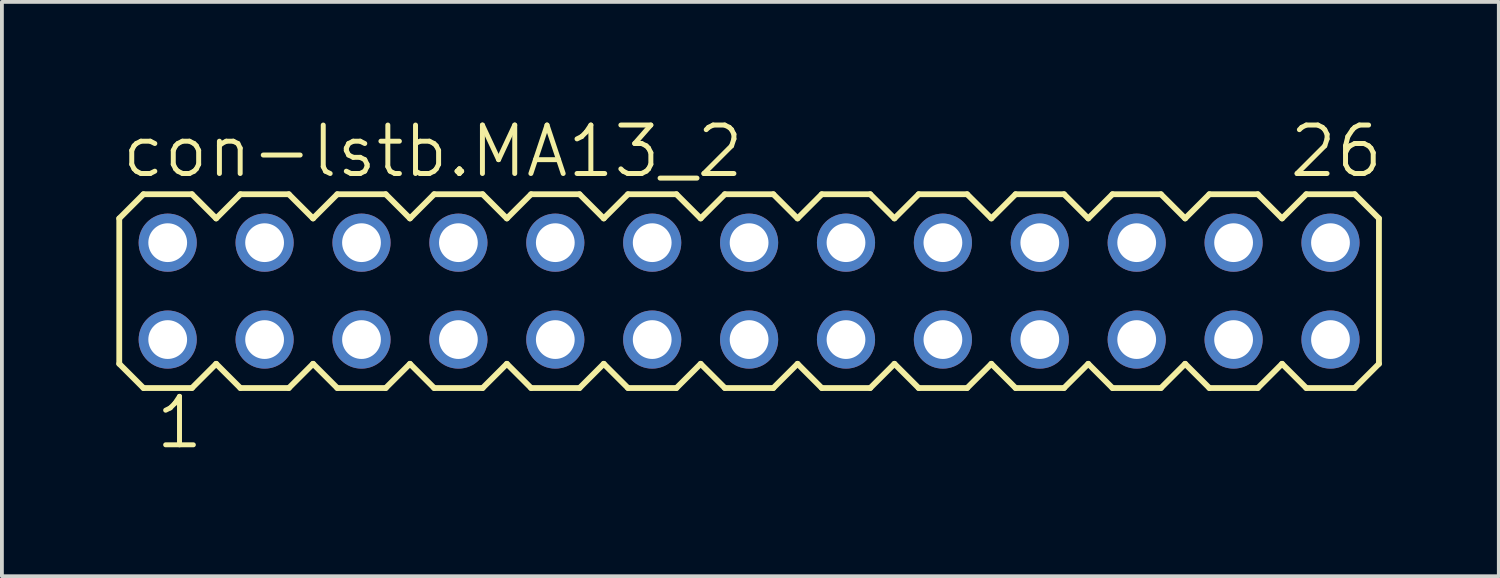
<source format=kicad_pcb>
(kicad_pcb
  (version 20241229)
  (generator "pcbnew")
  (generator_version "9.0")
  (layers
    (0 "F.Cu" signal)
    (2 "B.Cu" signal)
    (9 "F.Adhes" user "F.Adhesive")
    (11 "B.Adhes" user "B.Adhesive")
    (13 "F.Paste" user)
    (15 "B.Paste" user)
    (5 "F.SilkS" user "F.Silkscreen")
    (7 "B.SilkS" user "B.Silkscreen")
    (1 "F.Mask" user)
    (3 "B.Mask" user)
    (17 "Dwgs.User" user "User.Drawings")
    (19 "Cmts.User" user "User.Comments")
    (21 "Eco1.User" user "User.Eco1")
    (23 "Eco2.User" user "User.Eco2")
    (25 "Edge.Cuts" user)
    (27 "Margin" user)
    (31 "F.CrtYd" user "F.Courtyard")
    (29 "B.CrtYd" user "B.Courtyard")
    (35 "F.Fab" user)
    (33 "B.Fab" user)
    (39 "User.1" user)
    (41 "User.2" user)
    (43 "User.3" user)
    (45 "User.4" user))
  (footprint "con-lstb.MA13_2"
    (layer "F.Cu")
    (at 16.586 4.581)
    (property "Reference" "con-lstb.MA13_2" (at -16.51 -2.921 0) (layer "F.SilkS") (effects (font (size 1.27 1.27) (thickness 0.13)) (justify left bottom)))
    (attr through_hole)
    (fp_line (start -16.51 -1.905) (end -16.51 1.905) (stroke (width 0.152) (type default)) (layer "F.SilkS"))
    (fp_line (start -16.51 1.905) (end -15.875 2.54) (stroke (width 0.152) (type default)) (layer "F.SilkS"))
    (fp_line (start -15.875 -2.54) (end -16.51 -1.905) (stroke (width 0.152) (type default)) (layer "F.SilkS"))
    (fp_line (start -15.875 -2.54) (end -14.605 -2.54) (stroke (width 0.152) (type default)) (layer "F.SilkS"))
    (fp_line (start -14.605 -2.54) (end -13.97 -1.905) (stroke (width 0.152) (type default)) (layer "F.SilkS"))
    (fp_line (start -14.605 2.54) (end -15.875 2.54) (stroke (width 0.152) (type default)) (layer "F.SilkS"))
    (fp_line (start -13.97 -1.905) (end -13.335 -2.54) (stroke (width 0.152) (type default)) (layer "F.SilkS"))
    (fp_line (start -13.97 1.905) (end -14.605 2.54) (stroke (width 0.152) (type default)) (layer "F.SilkS"))
    (fp_line (start -13.335 -2.54) (end -12.065 -2.54) (stroke (width 0.152) (type default)) (layer "F.SilkS"))
    (fp_line (start -13.335 2.54) (end -13.97 1.905) (stroke (width 0.152) (type default)) (layer "F.SilkS"))
    (fp_line (start -12.065 -2.54) (end -11.43 -1.905) (stroke (width 0.152) (type default)) (layer "F.SilkS"))
    (fp_line (start -12.065 2.54) (end -13.335 2.54) (stroke (width 0.152) (type default)) (layer "F.SilkS"))
    (fp_line (start -11.43 -1.905) (end -10.795 -2.54) (stroke (width 0.152) (type default)) (layer "F.SilkS"))
    (fp_line (start -11.43 1.905) (end -12.065 2.54) (stroke (width 0.152) (type default)) (layer "F.SilkS"))
    (fp_line (start -10.795 -2.54) (end -9.525 -2.54) (stroke (width 0.152) (type default)) (layer "F.SilkS"))
    (fp_line (start -10.795 2.54) (end -11.43 1.905) (stroke (width 0.152) (type default)) (layer "F.SilkS"))
    (fp_line (start -9.525 -2.54) (end -8.89 -1.905) (stroke (width 0.152) (type default)) (layer "F.SilkS"))
    (fp_line (start -9.525 2.54) (end -10.795 2.54) (stroke (width 0.152) (type default)) (layer "F.SilkS"))
    (fp_line (start -8.89 1.905) (end -9.525 2.54) (stroke (width 0.152) (type default)) (layer "F.SilkS"))
    (fp_line (start -8.89 1.905) (end -8.255 2.54) (stroke (width 0.152) (type default)) (layer "F.SilkS"))
    (fp_line (start -8.255 -2.54) (end -8.89 -1.905) (stroke (width 0.152) (type default)) (layer "F.SilkS"))
    (fp_line (start -8.255 -2.54) (end -6.985 -2.54) (stroke (width 0.152) (type default)) (layer "F.SilkS"))
    (fp_line (start -6.985 -2.54) (end -6.35 -1.905) (stroke (width 0.152) (type default)) (layer "F.SilkS"))
    (fp_line (start -6.985 2.54) (end -8.255 2.54) (stroke (width 0.152) (type default)) (layer "F.SilkS"))
    (fp_line (start -6.35 -1.905) (end -5.715 -2.54) (stroke (width 0.152) (type default)) (layer "F.SilkS"))
    (fp_line (start -6.35 1.905) (end -6.985 2.54) (stroke (width 0.152) (type default)) (layer "F.SilkS"))
    (fp_line (start -5.715 -2.54) (end -4.445 -2.54) (stroke (width 0.152) (type default)) (layer "F.SilkS"))
    (fp_line (start -5.715 2.54) (end -6.35 1.905) (stroke (width 0.152) (type default)) (layer "F.SilkS"))
    (fp_line (start -4.445 -2.54) (end -3.81 -1.905) (stroke (width 0.152) (type default)) (layer "F.SilkS"))
    (fp_line (start -4.445 2.54) (end -5.715 2.54) (stroke (width 0.152) (type default)) (layer "F.SilkS"))
    (fp_line (start -3.81 -1.905) (end -3.175 -2.54) (stroke (width 0.152) (type default)) (layer "F.SilkS"))
    (fp_line (start -3.81 1.905) (end -4.445 2.54) (stroke (width 0.152) (type default)) (layer "F.SilkS"))
    (fp_line (start -3.175 -2.54) (end -1.905 -2.54) (stroke (width 0.152) (type default)) (layer "F.SilkS"))
    (fp_line (start -3.175 2.54) (end -3.81 1.905) (stroke (width 0.152) (type default)) (layer "F.SilkS"))
    (fp_line (start -1.905 -2.54) (end -1.27 -1.905) (stroke (width 0.152) (type default)) (layer "F.SilkS"))
    (fp_line (start -1.905 2.54) (end -3.175 2.54) (stroke (width 0.152) (type default)) (layer "F.SilkS"))
    (fp_line (start -1.27 -1.905) (end -0.635 -2.54) (stroke (width 0.152) (type default)) (layer "F.SilkS"))
    (fp_line (start -1.27 1.905) (end -1.905 2.54) (stroke (width 0.152) (type default)) (layer "F.SilkS"))
    (fp_line (start -0.635 -2.54) (end 0.635 -2.54) (stroke (width 0.152) (type default)) (layer "F.SilkS"))
    (fp_line (start -0.635 2.54) (end -1.27 1.905) (stroke (width 0.152) (type default)) (layer "F.SilkS"))
    (fp_line (start 0.635 -2.54) (end 1.27 -1.905) (stroke (width 0.152) (type default)) (layer "F.SilkS"))
    (fp_line (start 0.635 2.54) (end -0.635 2.54) (stroke (width 0.152) (type default)) (layer "F.SilkS"))
    (fp_line (start 1.27 1.905) (end 0.635 2.54) (stroke (width 0.152) (type default)) (layer "F.SilkS"))
    (fp_line (start 1.27 1.905) (end 1.905 2.54) (stroke (width 0.152) (type default)) (layer "F.SilkS"))
    (fp_line (start 1.905 -2.54) (end 1.27 -1.905) (stroke (width 0.152) (type default)) (layer "F.SilkS"))
    (fp_line (start 1.905 -2.54) (end 3.175 -2.54) (stroke (width 0.152) (type default)) (layer "F.SilkS"))
    (fp_line (start 3.175 -2.54) (end 3.81 -1.905) (stroke (width 0.152) (type default)) (layer "F.SilkS"))
    (fp_line (start 3.175 2.54) (end 1.905 2.54) (stroke (width 0.152) (type default)) (layer "F.SilkS"))
    (fp_line (start 3.81 -1.905) (end 4.445 -2.54) (stroke (width 0.152) (type default)) (layer "F.SilkS"))
    (fp_line (start 3.81 1.905) (end 3.175 2.54) (stroke (width 0.152) (type default)) (layer "F.SilkS"))
    (fp_line (start 4.445 -2.54) (end 5.715 -2.54) (stroke (width 0.152) (type default)) (layer "F.SilkS"))
    (fp_line (start 4.445 2.54) (end 3.81 1.905) (stroke (width 0.152) (type default)) (layer "F.SilkS"))
    (fp_line (start 5.715 -2.54) (end 6.35 -1.905) (stroke (width 0.152) (type default)) (layer "F.SilkS"))
    (fp_line (start 5.715 2.54) (end 4.445 2.54) (stroke (width 0.152) (type default)) (layer "F.SilkS"))
    (fp_line (start 6.35 -1.905) (end 6.985 -2.54) (stroke (width 0.152) (type default)) (layer "F.SilkS"))
    (fp_line (start 6.35 1.905) (end 5.715 2.54) (stroke (width 0.152) (type default)) (layer "F.SilkS"))
    (fp_line (start 6.985 -2.54) (end 8.255 -2.54) (stroke (width 0.152) (type default)) (layer "F.SilkS"))
    (fp_line (start 6.985 2.54) (end 6.35 1.905) (stroke (width 0.152) (type default)) (layer "F.SilkS"))
    (fp_line (start 8.255 -2.54) (end 8.89 -1.905) (stroke (width 0.152) (type default)) (layer "F.SilkS"))
    (fp_line (start 8.255 2.54) (end 6.985 2.54) (stroke (width 0.152) (type default)) (layer "F.SilkS"))
    (fp_line (start 8.89 1.905) (end 8.255 2.54) (stroke (width 0.152) (type default)) (layer "F.SilkS"))
    (fp_line (start 8.89 1.905) (end 9.525 2.54) (stroke (width 0.152) (type default)) (layer "F.SilkS"))
    (fp_line (start 9.525 -2.54) (end 8.89 -1.905) (stroke (width 0.152) (type default)) (layer "F.SilkS"))
    (fp_line (start 9.525 -2.54) (end 10.795 -2.54) (stroke (width 0.152) (type default)) (layer "F.SilkS"))
    (fp_line (start 10.795 -2.54) (end 11.43 -1.905) (stroke (width 0.152) (type default)) (layer "F.SilkS"))
    (fp_line (start 10.795 2.54) (end 9.525 2.54) (stroke (width 0.152) (type default)) (layer "F.SilkS"))
    (fp_line (start 11.43 -1.905) (end 12.065 -2.54) (stroke (width 0.152) (type default)) (layer "F.SilkS"))
    (fp_line (start 11.43 1.905) (end 10.795 2.54) (stroke (width 0.152) (type default)) (layer "F.SilkS"))
    (fp_line (start 12.065 -2.54) (end 13.335 -2.54) (stroke (width 0.152) (type default)) (layer "F.SilkS"))
    (fp_line (start 12.065 2.54) (end 11.43 1.905) (stroke (width 0.152) (type default)) (layer "F.SilkS"))
    (fp_line (start 13.335 -2.54) (end 13.97 -1.905) (stroke (width 0.152) (type default)) (layer "F.SilkS"))
    (fp_line (start 13.335 2.54) (end 12.065 2.54) (stroke (width 0.152) (type default)) (layer "F.SilkS"))
    (fp_line (start 13.97 -1.905) (end 14.605 -2.54) (stroke (width 0.152) (type default)) (layer "F.SilkS"))
    (fp_line (start 13.97 1.905) (end 13.335 2.54) (stroke (width 0.152) (type default)) (layer "F.SilkS"))
    (fp_line (start 14.605 -2.54) (end 15.875 -2.54) (stroke (width 0.152) (type default)) (layer "F.SilkS"))
    (fp_line (start 14.605 2.54) (end 13.97 1.905) (stroke (width 0.152) (type default)) (layer "F.SilkS"))
    (fp_line (start 15.875 -2.54) (end 16.51 -1.905) (stroke (width 0.152) (type default)) (layer "F.SilkS"))
    (fp_line (start 15.875 2.54) (end 14.605 2.54) (stroke (width 0.152) (type default)) (layer "F.SilkS"))
    (fp_line (start 16.51 -1.905) (end 16.51 1.905) (stroke (width 0.152) (type default)) (layer "F.SilkS"))
    (fp_line (start 16.51 1.905) (end 15.875 2.54) (stroke (width 0.152) (type default)) (layer "F.SilkS"))
    (fp_rect (start -15.494 -1.016) (end -14.986 -1.524) (stroke (width 0.05) (type default)) (fill no) (layer "F.Fab"))
    (fp_rect (start -15.494 1.524) (end -14.986 1.016) (stroke (width 0.05) (type default)) (fill no) (layer "F.Fab"))
    (fp_rect (start -12.954 -1.016) (end -12.446 -1.524) (stroke (width 0.05) (type default)) (fill no) (layer "F.Fab"))
    (fp_rect (start -12.954 1.524) (end -12.446 1.016) (stroke (width 0.05) (type default)) (fill no) (layer "F.Fab"))
    (fp_rect (start -10.414 -1.016) (end -9.906 -1.524) (stroke (width 0.05) (type default)) (fill no) (layer "F.Fab"))
    (fp_rect (start -10.414 1.524) (end -9.906 1.016) (stroke (width 0.05) (type default)) (fill no) (layer "F.Fab"))
    (fp_rect (start -7.874 -1.016) (end -7.366 -1.524) (stroke (width 0.05) (type default)) (fill no) (layer "F.Fab"))
    (fp_rect (start -7.874 1.524) (end -7.366 1.016) (stroke (width 0.05) (type default)) (fill no) (layer "F.Fab"))
    (fp_rect (start -5.334 -1.016) (end -4.826 -1.524) (stroke (width 0.05) (type default)) (fill no) (layer "F.Fab"))
    (fp_rect (start -5.334 1.524) (end -4.826 1.016) (stroke (width 0.05) (type default)) (fill no) (layer "F.Fab"))
    (fp_rect (start -2.794 -1.016) (end -2.286 -1.524) (stroke (width 0.05) (type default)) (fill no) (layer "F.Fab"))
    (fp_rect (start -2.794 1.524) (end -2.286 1.016) (stroke (width 0.05) (type default)) (fill no) (layer "F.Fab"))
    (fp_rect (start -0.254 -1.016) (end 0.254 -1.524) (stroke (width 0.05) (type default)) (fill no) (layer "F.Fab"))
    (fp_rect (start -0.254 1.524) (end 0.254 1.016) (stroke (width 0.05) (type default)) (fill no) (layer "F.Fab"))
    (fp_rect (start 2.286 -1.016) (end 2.794 -1.524) (stroke (width 0.05) (type default)) (fill no) (layer "F.Fab"))
    (fp_rect (start 2.286 1.524) (end 2.794 1.016) (stroke (width 0.05) (type default)) (fill no) (layer "F.Fab"))
    (fp_rect (start 4.826 -1.016) (end 5.334 -1.524) (stroke (width 0.05) (type default)) (fill no) (layer "F.Fab"))
    (fp_rect (start 4.826 1.524) (end 5.334 1.016) (stroke (width 0.05) (type default)) (fill no) (layer "F.Fab"))
    (fp_rect (start 7.366 -1.016) (end 7.874 -1.524) (stroke (width 0.05) (type default)) (fill no) (layer "F.Fab"))
    (fp_rect (start 7.366 1.524) (end 7.874 1.016) (stroke (width 0.05) (type default)) (fill no) (layer "F.Fab"))
    (fp_rect (start 9.906 -1.016) (end 10.414 -1.524) (stroke (width 0.05) (type default)) (fill no) (layer "F.Fab"))
    (fp_rect (start 9.906 1.524) (end 10.414 1.016) (stroke (width 0.05) (type default)) (fill no) (layer "F.Fab"))
    (fp_rect (start 12.446 -1.016) (end 12.954 -1.524) (stroke (width 0.05) (type default)) (fill no) (layer "F.Fab"))
    (fp_rect (start 12.446 1.524) (end 12.954 1.016) (stroke (width 0.05) (type default)) (fill no) (layer "F.Fab"))
    (fp_rect (start 14.986 -1.016) (end 15.494 -1.524) (stroke (width 0.05) (type default)) (fill no) (layer "F.Fab"))
    (fp_rect (start 14.986 1.524) (end 15.494 1.016) (stroke (width 0.05) (type default)) (fill no) (layer "F.Fab"))
    (fp_text user "26" (at 14.097 -2.921 0) (layer "F.SilkS") (effects (font (size 1.27 1.27) (thickness 0.13)) (justify left bottom)))
    (fp_text user "1" (at -15.621 4.191 0) (layer "F.SilkS") (effects (font (size 1.27 1.27) (thickness 0.13)) (justify left bottom)))
    (pad "1" thru_hole circle (at -15.24 1.27) (size 1.524 1.524) (drill 1.016) (layers "*.Cu" "*.Mask"))
    (pad "2" thru_hole circle (at -15.24 -1.27) (size 1.524 1.524) (drill 1.016) (layers "*.Cu" "*.Mask"))
    (pad "3" thru_hole circle (at -12.7 1.27) (size 1.524 1.524) (drill 1.016) (layers "*.Cu" "*.Mask"))
    (pad "4" thru_hole circle (at -12.7 -1.27) (size 1.524 1.524) (drill 1.016) (layers "*.Cu" "*.Mask"))
    (pad "5" thru_hole circle (at -10.16 1.27) (size 1.524 1.524) (drill 1.016) (layers "*.Cu" "*.Mask"))
    (pad "6" thru_hole circle (at -10.16 -1.27) (size 1.524 1.524) (drill 1.016) (layers "*.Cu" "*.Mask"))
    (pad "7" thru_hole circle (at -7.62 1.27) (size 1.524 1.524) (drill 1.016) (layers "*.Cu" "*.Mask"))
    (pad "8" thru_hole circle (at -7.62 -1.27) (size 1.524 1.524) (drill 1.016) (layers "*.Cu" "*.Mask"))
    (pad "9" thru_hole circle (at -5.08 1.27) (size 1.524 1.524) (drill 1.016) (layers "*.Cu" "*.Mask"))
    (pad "10" thru_hole circle (at -5.08 -1.27) (size 1.524 1.524) (drill 1.016) (layers "*.Cu" "*.Mask"))
    (pad "11" thru_hole circle (at -2.54 1.27) (size 1.524 1.524) (drill 1.016) (layers "*.Cu" "*.Mask"))
    (pad "12" thru_hole circle (at -2.54 -1.27) (size 1.524 1.524) (drill 1.016) (layers "*.Cu" "*.Mask"))
    (pad "13" thru_hole circle (at 0 1.27) (size 1.524 1.524) (drill 1.016) (layers "*.Cu" "*.Mask"))
    (pad "14" thru_hole circle (at 0 -1.27) (size 1.524 1.524) (drill 1.016) (layers "*.Cu" "*.Mask"))
    (pad "15" thru_hole circle (at 2.54 1.27) (size 1.524 1.524) (drill 1.016) (layers "*.Cu" "*.Mask"))
    (pad "16" thru_hole circle (at 2.54 -1.27) (size 1.524 1.524) (drill 1.016) (layers "*.Cu" "*.Mask"))
    (pad "17" thru_hole circle (at 5.08 1.27) (size 1.524 1.524) (drill 1.016) (layers "*.Cu" "*.Mask"))
    (pad "18" thru_hole circle (at 5.08 -1.27) (size 1.524 1.524) (drill 1.016) (layers "*.Cu" "*.Mask"))
    (pad "19" thru_hole circle (at 7.62 1.27) (size 1.524 1.524) (drill 1.016) (layers "*.Cu" "*.Mask"))
    (pad "20" thru_hole circle (at 7.62 -1.27) (size 1.524 1.524) (drill 1.016) (layers "*.Cu" "*.Mask"))
    (pad "21" thru_hole circle (at 10.16 1.27) (size 1.524 1.524) (drill 1.016) (layers "*.Cu" "*.Mask"))
    (pad "22" thru_hole circle (at 10.16 -1.27) (size 1.524 1.524) (drill 1.016) (layers "*.Cu" "*.Mask"))
    (pad "23" thru_hole circle (at 12.7 1.27) (size 1.524 1.524) (drill 1.016) (layers "*.Cu" "*.Mask"))
    (pad "24" thru_hole circle (at 12.7 -1.27) (size 1.524 1.524) (drill 1.016) (layers "*.Cu" "*.Mask"))
    (pad "25" thru_hole circle (at 15.24 1.27) (size 1.524 1.524) (drill 1.016) (layers "*.Cu" "*.Mask"))
    (pad "26" thru_hole circle (at 15.24 -1.27) (size 1.524 1.524) (drill 1.016) (layers "*.Cu" "*.Mask")))
  (gr_rect
    (start -3 -3)
    (end 36.238 12.054)
    (stroke (width 0.1) (type default))
    (fill no)
    (layer "Edge.Cuts")))
</source>
